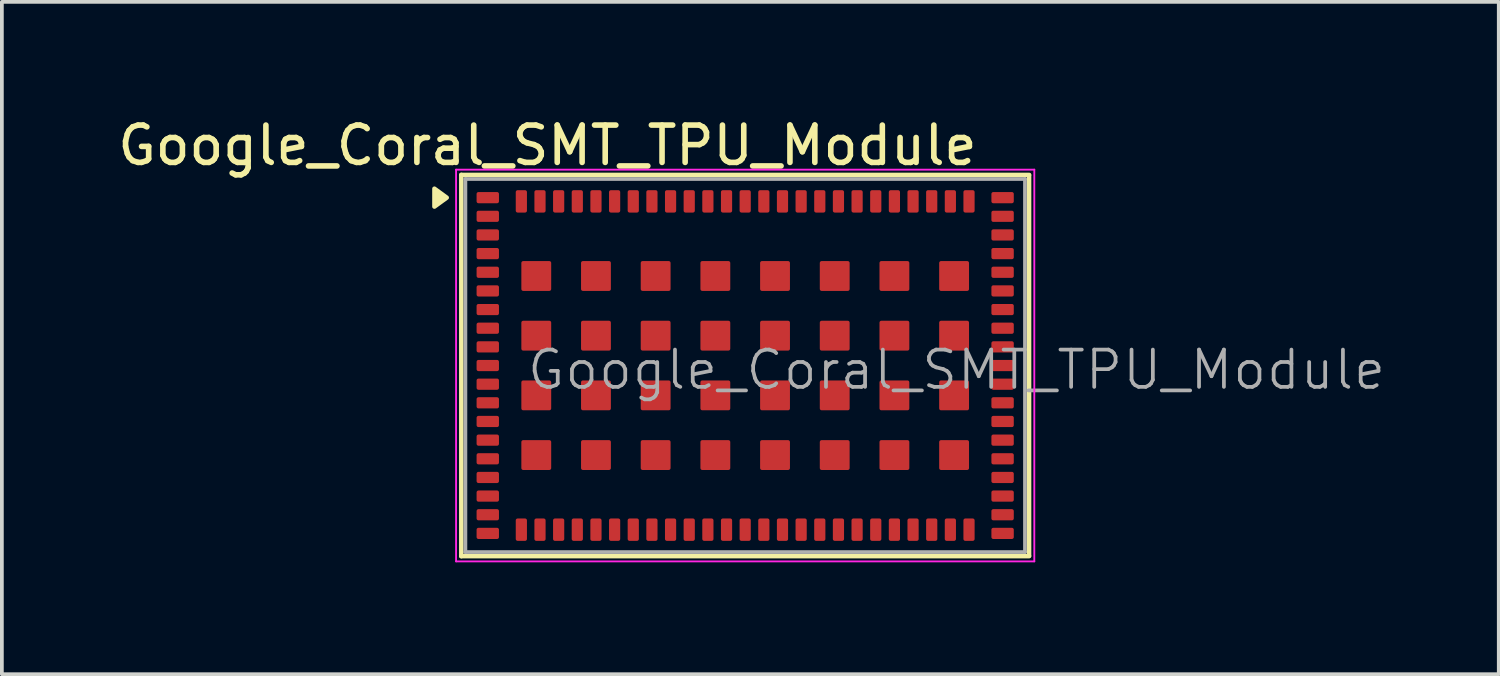
<source format=kicad_pcb>
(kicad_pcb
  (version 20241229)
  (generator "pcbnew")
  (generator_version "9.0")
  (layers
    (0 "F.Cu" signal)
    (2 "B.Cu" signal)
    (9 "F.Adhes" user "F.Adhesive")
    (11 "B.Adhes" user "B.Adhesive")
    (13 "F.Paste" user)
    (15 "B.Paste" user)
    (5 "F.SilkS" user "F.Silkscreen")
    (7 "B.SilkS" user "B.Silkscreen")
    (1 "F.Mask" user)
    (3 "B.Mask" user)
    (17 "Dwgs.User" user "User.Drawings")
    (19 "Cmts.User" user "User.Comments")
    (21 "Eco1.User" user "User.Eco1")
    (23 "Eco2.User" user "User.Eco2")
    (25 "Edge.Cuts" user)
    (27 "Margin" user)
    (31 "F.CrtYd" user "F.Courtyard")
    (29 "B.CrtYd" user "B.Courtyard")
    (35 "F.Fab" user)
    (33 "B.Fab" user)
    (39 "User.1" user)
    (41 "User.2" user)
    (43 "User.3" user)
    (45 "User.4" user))
  (footprint "Google_Coral_SMT_TPU_Module"
    (layer "F.Cu")
    (at 16.925 6.748)
    (property "Reference" "Google_Coral_SMT_TPU_Module" (at -5.3 -5.9 180) (layer "F.SilkS") (effects (font (size 1 1) (thickness 0.15))))
    (attr smd)
    (fp_line (start -7.61 -5.11) (end 7.61 -5.11) (stroke (width 0.12) (type solid)) (layer "F.SilkS"))
    (fp_line (start -7.61 5.11) (end -7.61 -5.11) (stroke (width 0.12) (type solid)) (layer "F.SilkS"))
    (fp_line (start 7.61 -5.1) (end 7.61 5.1) (stroke (width 0.12) (type solid)) (layer "F.SilkS"))
    (fp_line (start 7.61 5.11) (end -7.61 5.11) (stroke (width 0.12) (type solid)) (layer "F.SilkS"))
    (fp_poly (pts (xy -8 -4.5) (xy -8.33 -4.26) (xy -8.33 -4.74) (xy -8 -4.5)) (stroke (width 0.12) (type solid)) (fill yes) (layer "F.SilkS"))
    (fp_line (start -7.75 -5.25) (end 7.75 -5.25) (stroke (width 0.05) (type solid)) (layer "F.CrtYd"))
    (fp_line (start -7.75 5.25) (end -7.75 -5.25) (stroke (width 0.05) (type solid)) (layer "F.CrtYd"))
    (fp_line (start 7.75 -5.25) (end 7.75 5.25) (stroke (width 0.05) (type solid)) (layer "F.CrtYd"))
    (fp_line (start 7.75 5.25) (end -7.75 5.25) (stroke (width 0.05) (type solid)) (layer "F.CrtYd"))
    (fp_line (start -7.5 -5) (end 7.5 -5) (stroke (width 0.1) (type solid)) (layer "F.Fab"))
    (fp_line (start -7.5 5) (end -7.5 -5) (stroke (width 0.1) (type solid)) (layer "F.Fab"))
    (fp_line (start 7.5 -5) (end 7.5 5) (stroke (width 0.1) (type solid)) (layer "F.Fab"))
    (fp_line (start 7.5 5) (end -7.5 5) (stroke (width 0.1) (type solid)) (layer "F.Fab"))
    (fp_text user "${REFERENCE}" (at -5.9 0.7 0) (unlocked yes) (layer "F.Fab") (effects (font (size 1 1) (thickness 0.1)) (justify left bottom)))
    (pad "1" smd roundrect (at -6.9 -4.5 270) (size 0.3 0.6) (layers "F.Cu" "F.Mask" "F.Paste") (roundrect_rratio 0.167))
    (pad "2" smd roundrect (at -6.9 -4 270) (size 0.3 0.6) (layers "F.Cu" "F.Mask" "F.Paste") (roundrect_rratio 0.167))
    (pad "3" smd roundrect (at -6.9 -3.5 270) (size 0.3 0.6) (layers "F.Cu" "F.Mask" "F.Paste") (roundrect_rratio 0.167))
    (pad "4" smd roundrect (at -6.9 -3 270) (size 0.3 0.6) (layers "F.Cu" "F.Mask" "F.Paste") (roundrect_rratio 0.167))
    (pad "5" smd roundrect (at -6.9 -2.5 270) (size 0.3 0.6) (layers "F.Cu" "F.Mask" "F.Paste") (roundrect_rratio 0.167))
    (pad "6" smd roundrect (at -6.9 -2 270) (size 0.3 0.6) (layers "F.Cu" "F.Mask" "F.Paste") (roundrect_rratio 0.167))
    (pad "7" smd roundrect (at -6.9 -1.5 270) (size 0.3 0.6) (layers "F.Cu" "F.Mask" "F.Paste") (roundrect_rratio 0.167))
    (pad "8" smd roundrect (at -6.9 -1 270) (size 0.3 0.6) (layers "F.Cu" "F.Mask" "F.Paste") (roundrect_rratio 0.167))
    (pad "9" smd roundrect (at -6.9 -0.5 270) (size 0.3 0.6) (layers "F.Cu" "F.Mask" "F.Paste") (roundrect_rratio 0.167))
    (pad "10" smd roundrect (at -6.9 0 270) (size 0.3 0.6) (layers "F.Cu" "F.Mask" "F.Paste") (roundrect_rratio 0.167))
    (pad "11" smd roundrect (at -6.9 0.5 270) (size 0.3 0.6) (layers "F.Cu" "F.Mask" "F.Paste") (roundrect_rratio 0.167))
    (pad "12" smd roundrect (at -6.9 1 270) (size 0.3 0.6) (layers "F.Cu" "F.Mask" "F.Paste") (roundrect_rratio 0.167))
    (pad "13" smd roundrect (at -6.9 1.5 270) (size 0.3 0.6) (layers "F.Cu" "F.Mask" "F.Paste") (roundrect_rratio 0.167))
    (pad "14" smd roundrect (at -6.9 2 270) (size 0.3 0.6) (layers "F.Cu" "F.Mask" "F.Paste") (roundrect_rratio 0.167))
    (pad "15" smd roundrect (at -6.9 2.5 270) (size 0.3 0.6) (layers "F.Cu" "F.Mask" "F.Paste") (roundrect_rratio 0.167))
    (pad "16" smd roundrect (at -6.9 3 270) (size 0.3 0.6) (layers "F.Cu" "F.Mask" "F.Paste") (roundrect_rratio 0.167))
    (pad "17" smd roundrect (at -6.9 3.5 270) (size 0.3 0.6) (layers "F.Cu" "F.Mask" "F.Paste") (roundrect_rratio 0.167))
    (pad "18" smd roundrect (at -6.9 4 270) (size 0.3 0.6) (layers "F.Cu" "F.Mask" "F.Paste") (roundrect_rratio 0.167))
    (pad "19" smd roundrect (at -6.9 4.5 270) (size 0.3 0.6) (layers "F.Cu" "F.Mask" "F.Paste") (roundrect_rratio 0.167))
    (pad "20" smd roundrect (at -6 4.4 270) (size 0.6 0.3) (layers "F.Cu" "F.Mask" "F.Paste") (roundrect_rratio 0.167))
    (pad "21" smd roundrect (at -5.5 4.4 270) (size 0.6 0.3) (layers "F.Cu" "F.Mask" "F.Paste") (roundrect_rratio 0.167))
    (pad "22" smd roundrect (at -5 4.4 270) (size 0.6 0.3) (layers "F.Cu" "F.Mask" "F.Paste") (roundrect_rratio 0.167))
    (pad "23" smd roundrect (at -4.5 4.4 270) (size 0.6 0.3) (layers "F.Cu" "F.Mask" "F.Paste") (roundrect_rratio 0.167))
    (pad "24" smd roundrect (at -4 4.4 270) (size 0.6 0.3) (layers "F.Cu" "F.Mask" "F.Paste") (roundrect_rratio 0.167))
    (pad "25" smd roundrect (at -3.5 4.4 270) (size 0.6 0.3) (layers "F.Cu" "F.Mask" "F.Paste") (roundrect_rratio 0.167))
    (pad "26" smd roundrect (at -3 4.4 270) (size 0.6 0.3) (layers "F.Cu" "F.Mask" "F.Paste") (roundrect_rratio 0.167))
    (pad "27" smd roundrect (at -2.5 4.4 270) (size 0.6 0.3) (layers "F.Cu" "F.Mask" "F.Paste") (roundrect_rratio 0.167))
    (pad "28" smd roundrect (at -2 4.4 270) (size 0.6 0.3) (layers "F.Cu" "F.Mask" "F.Paste") (roundrect_rratio 0.167))
    (pad "29" smd roundrect (at -1.5 4.4 270) (size 0.6 0.3) (layers "F.Cu" "F.Mask" "F.Paste") (roundrect_rratio 0.167))
    (pad "30" smd roundrect (at -1 4.4 270) (size 0.6 0.3) (layers "F.Cu" "F.Mask" "F.Paste") (roundrect_rratio 0.167))
    (pad "31" smd roundrect (at -0.5 4.4 270) (size 0.6 0.3) (layers "F.Cu" "F.Mask" "F.Paste") (roundrect_rratio 0.167))
    (pad "32" smd roundrect (at 0 4.4 270) (size 0.6 0.3) (layers "F.Cu" "F.Mask" "F.Paste") (roundrect_rratio 0.167))
    (pad "33" smd roundrect (at 0.5 4.4 270) (size 0.6 0.3) (layers "F.Cu" "F.Mask" "F.Paste") (roundrect_rratio 0.167))
    (pad "34" smd roundrect (at 1 4.4 270) (size 0.6 0.3) (layers "F.Cu" "F.Mask" "F.Paste") (roundrect_rratio 0.167))
    (pad "35" smd roundrect (at 1.5 4.4 270) (size 0.6 0.3) (layers "F.Cu" "F.Mask" "F.Paste") (roundrect_rratio 0.167))
    (pad "36" smd roundrect (at 2 4.4 270) (size 0.6 0.3) (layers "F.Cu" "F.Mask" "F.Paste") (roundrect_rratio 0.167))
    (pad "37" smd roundrect (at 2.5 4.4 270) (size 0.6 0.3) (layers "F.Cu" "F.Mask" "F.Paste") (roundrect_rratio 0.167))
    (pad "38" smd roundrect (at 3 4.4 270) (size 0.6 0.3) (layers "F.Cu" "F.Mask" "F.Paste") (roundrect_rratio 0.167))
    (pad "39" smd roundrect (at 3.5 4.4 270) (size 0.6 0.3) (layers "F.Cu" "F.Mask" "F.Paste") (roundrect_rratio 0.167))
    (pad "40" smd roundrect (at 4 4.4 270) (size 0.6 0.3) (layers "F.Cu" "F.Mask" "F.Paste") (roundrect_rratio 0.167))
    (pad "41" smd roundrect (at 4.5 4.4 270) (size 0.6 0.3) (layers "F.Cu" "F.Mask" "F.Paste") (roundrect_rratio 0.167))
    (pad "42" smd roundrect (at 5 4.4 270) (size 0.6 0.3) (layers "F.Cu" "F.Mask" "F.Paste") (roundrect_rratio 0.167))
    (pad "43" smd roundrect (at 5.5 4.4 270) (size 0.6 0.3) (layers "F.Cu" "F.Mask" "F.Paste") (roundrect_rratio 0.167))
    (pad "44" smd roundrect (at 6 4.4 270) (size 0.6 0.3) (layers "F.Cu" "F.Mask" "F.Paste") (roundrect_rratio 0.167))
    (pad "45" smd roundrect (at 6.9 4.5 270) (size 0.3 0.6) (layers "F.Cu" "F.Mask" "F.Paste") (roundrect_rratio 0.167))
    (pad "46" smd roundrect (at 6.9 4 270) (size 0.3 0.6) (layers "F.Cu" "F.Mask" "F.Paste") (roundrect_rratio 0.167))
    (pad "47" smd roundrect (at 6.9 3.5 270) (size 0.3 0.6) (layers "F.Cu" "F.Mask" "F.Paste") (roundrect_rratio 0.167))
    (pad "48" smd roundrect (at 6.9 3 270) (size 0.3 0.6) (layers "F.Cu" "F.Mask" "F.Paste") (roundrect_rratio 0.167))
    (pad "49" smd roundrect (at 6.9 2.5 270) (size 0.3 0.6) (layers "F.Cu" "F.Mask" "F.Paste") (roundrect_rratio 0.167))
    (pad "50" smd roundrect (at 6.9 2 270) (size 0.3 0.6) (layers "F.Cu" "F.Mask" "F.Paste") (roundrect_rratio 0.167))
    (pad "51" smd roundrect (at 6.9 1.5 270) (size 0.3 0.6) (layers "F.Cu" "F.Mask" "F.Paste") (roundrect_rratio 0.167))
    (pad "52" smd roundrect (at 6.9 1 270) (size 0.3 0.6) (layers "F.Cu" "F.Mask" "F.Paste") (roundrect_rratio 0.167))
    (pad "53" smd roundrect (at 6.9 0.5 270) (size 0.3 0.6) (layers "F.Cu" "F.Mask" "F.Paste") (roundrect_rratio 0.167))
    (pad "54" smd roundrect (at 6.9 0 270) (size 0.3 0.6) (layers "F.Cu" "F.Mask" "F.Paste") (roundrect_rratio 0.167))
    (pad "55" smd roundrect (at 6.9 -0.5 270) (size 0.3 0.6) (layers "F.Cu" "F.Mask" "F.Paste") (roundrect_rratio 0.167))
    (pad "56" smd roundrect (at 6.9 -1 270) (size 0.3 0.6) (layers "F.Cu" "F.Mask" "F.Paste") (roundrect_rratio 0.167))
    (pad "57" smd roundrect (at 6.9 -1.5 270) (size 0.3 0.6) (layers "F.Cu" "F.Mask" "F.Paste") (roundrect_rratio 0.167))
    (pad "58" smd roundrect (at 6.9 -2 270) (size 0.3 0.6) (layers "F.Cu" "F.Mask" "F.Paste") (roundrect_rratio 0.167))
    (pad "59" smd roundrect (at 6.9 -2.5 270) (size 0.3 0.6) (layers "F.Cu" "F.Mask" "F.Paste") (roundrect_rratio 0.167))
    (pad "60" smd roundrect (at 6.9 -3 270) (size 0.3 0.6) (layers "F.Cu" "F.Mask" "F.Paste") (roundrect_rratio 0.167))
    (pad "61" smd roundrect (at 6.9 -3.5 270) (size 0.3 0.6) (layers "F.Cu" "F.Mask" "F.Paste") (roundrect_rratio 0.167))
    (pad "62" smd roundrect (at 6.9 -4 270) (size 0.3 0.6) (layers "F.Cu" "F.Mask" "F.Paste") (roundrect_rratio 0.167))
    (pad "63" smd roundrect (at 6.9 -4.5 270) (size 0.3 0.6) (layers "F.Cu" "F.Mask" "F.Paste") (roundrect_rratio 0.167))
    (pad "64" smd roundrect (at 6 -4.4 270) (size 0.6 0.3) (layers "F.Cu" "F.Mask" "F.Paste") (roundrect_rratio 0.167))
    (pad "65" smd roundrect (at 5.5 -4.4 270) (size 0.6 0.3) (layers "F.Cu" "F.Mask" "F.Paste") (roundrect_rratio 0.167))
    (pad "66" smd roundrect (at 5 -4.4 270) (size 0.6 0.3) (layers "F.Cu" "F.Mask" "F.Paste") (roundrect_rratio 0.167))
    (pad "67" smd roundrect (at 4.5 -4.4 270) (size 0.6 0.3) (layers "F.Cu" "F.Mask" "F.Paste") (roundrect_rratio 0.167))
    (pad "68" smd roundrect (at 4 -4.4 270) (size 0.6 0.3) (layers "F.Cu" "F.Mask" "F.Paste") (roundrect_rratio 0.167))
    (pad "69" smd roundrect (at 3.5 -4.4 270) (size 0.6 0.3) (layers "F.Cu" "F.Mask" "F.Paste") (roundrect_rratio 0.167))
    (pad "70" smd roundrect (at 3 -4.4 270) (size 0.6 0.3) (layers "F.Cu" "F.Mask" "F.Paste") (roundrect_rratio 0.167))
    (pad "71" smd roundrect (at 2.5 -4.4 270) (size 0.6 0.3) (layers "F.Cu" "F.Mask" "F.Paste") (roundrect_rratio 0.167))
    (pad "72" smd roundrect (at 2 -4.4 270) (size 0.6 0.3) (layers "F.Cu" "F.Mask" "F.Paste") (roundrect_rratio 0.167))
    (pad "73" smd roundrect (at 1.5 -4.4 270) (size 0.6 0.3) (layers "F.Cu" "F.Mask" "F.Paste") (roundrect_rratio 0.167))
    (pad "74" smd roundrect (at 1 -4.4 270) (size 0.6 0.3) (layers "F.Cu" "F.Mask" "F.Paste") (roundrect_rratio 0.167))
    (pad "75" smd roundrect (at 0.5 -4.4 270) (size 0.6 0.3) (layers "F.Cu" "F.Mask" "F.Paste") (roundrect_rratio 0.167))
    (pad "76" smd roundrect (at 0 -4.4 270) (size 0.6 0.3) (layers "F.Cu" "F.Mask" "F.Paste") (roundrect_rratio 0.167))
    (pad "77" smd roundrect (at -0.5 -4.4 270) (size 0.6 0.3) (layers "F.Cu" "F.Mask" "F.Paste") (roundrect_rratio 0.167))
    (pad "78" smd roundrect (at -1 -4.4 270) (size 0.6 0.3) (layers "F.Cu" "F.Mask" "F.Paste") (roundrect_rratio 0.167))
    (pad "79" smd roundrect (at -1.5 -4.4 270) (size 0.6 0.3) (layers "F.Cu" "F.Mask" "F.Paste") (roundrect_rratio 0.167))
    (pad "80" smd roundrect (at -2 -4.4 270) (size 0.6 0.3) (layers "F.Cu" "F.Mask" "F.Paste") (roundrect_rratio 0.167))
    (pad "81" smd roundrect (at -2.5 -4.4 270) (size 0.6 0.3) (layers "F.Cu" "F.Mask" "F.Paste") (roundrect_rratio 0.167))
    (pad "82" smd roundrect (at -3 -4.4 270) (size 0.6 0.3) (layers "F.Cu" "F.Mask" "F.Paste") (roundrect_rratio 0.167))
    (pad "83" smd roundrect (at -3.5 -4.4 270) (size 0.6 0.3) (layers "F.Cu" "F.Mask" "F.Paste") (roundrect_rratio 0.167))
    (pad "84" smd roundrect (at -4 -4.4 270) (size 0.6 0.3) (layers "F.Cu" "F.Mask" "F.Paste") (roundrect_rratio 0.167))
    (pad "85" smd roundrect (at -4.5 -4.4 270) (size 0.6 0.3) (layers "F.Cu" "F.Mask" "F.Paste") (roundrect_rratio 0.167))
    (pad "86" smd roundrect (at -5 -4.4 270) (size 0.6 0.3) (layers "F.Cu" "F.Mask" "F.Paste") (roundrect_rratio 0.167))
    (pad "87" smd roundrect (at -5.5 -4.4 270) (size 0.6 0.3) (layers "F.Cu" "F.Mask" "F.Paste") (roundrect_rratio 0.167))
    (pad "88" smd roundrect (at -6 -4.4 270) (size 0.6 0.3) (layers "F.Cu" "F.Mask" "F.Paste") (roundrect_rratio 0.167))
    (pad "89" smd roundrect (at 5.6 -2.4 270) (size 0.8 0.8) (layers "F.Cu" "F.Mask" "F.Paste") (roundrect_rratio 0.062))
    (pad "90" smd roundrect (at 4 -2.4 270) (size 0.8 0.8) (layers "F.Cu" "F.Mask" "F.Paste") (roundrect_rratio 0.062))
    (pad "91" smd roundrect (at 2.4 -2.4 270) (size 0.8 0.8) (layers "F.Cu" "F.Mask" "F.Paste") (roundrect_rratio 0.062))
    (pad "92" smd roundrect (at 0.8 -2.4 270) (size 0.8 0.8) (layers "F.Cu" "F.Mask" "F.Paste") (roundrect_rratio 0.062))
    (pad "93" smd roundrect (at -0.8 -2.4 270) (size 0.8 0.8) (layers "F.Cu" "F.Mask" "F.Paste") (roundrect_rratio 0.062))
    (pad "94" smd roundrect (at -2.4 -2.4 270) (size 0.8 0.8) (layers "F.Cu" "F.Mask" "F.Paste") (roundrect_rratio 0.062))
    (pad "95" smd roundrect (at -4 -2.4 270) (size 0.8 0.8) (layers "F.Cu" "F.Mask" "F.Paste") (roundrect_rratio 0.062))
    (pad "96" smd roundrect (at -5.6 -2.4 270) (size 0.8 0.8) (layers "F.Cu" "F.Mask" "F.Paste") (roundrect_rratio 0.062))
    (pad "97" smd roundrect (at 5.6 -0.8 270) (size 0.8 0.8) (layers "F.Cu" "F.Mask" "F.Paste") (roundrect_rratio 0.062))
    (pad "98" smd roundrect (at 4 -0.8 270) (size 0.8 0.8) (layers "F.Cu" "F.Mask" "F.Paste") (roundrect_rratio 0.062))
    (pad "99" smd roundrect (at 2.4 -0.8 270) (size 0.8 0.8) (layers "F.Cu" "F.Mask" "F.Paste") (roundrect_rratio 0.062))
    (pad "100" smd roundrect (at 0.8 -0.8 270) (size 0.8 0.8) (layers "F.Cu" "F.Mask" "F.Paste") (roundrect_rratio 0.062))
    (pad "101" smd roundrect (at -0.8 -0.8 270) (size 0.8 0.8) (layers "F.Cu" "F.Mask" "F.Paste") (roundrect_rratio 0.062))
    (pad "102" smd roundrect (at -2.4 -0.8 270) (size 0.8 0.8) (layers "F.Cu" "F.Mask" "F.Paste") (roundrect_rratio 0.062))
    (pad "103" smd roundrect (at -4 -0.8 270) (size 0.8 0.8) (layers "F.Cu" "F.Mask" "F.Paste") (roundrect_rratio 0.062))
    (pad "104" smd roundrect (at -5.6 -0.8 270) (size 0.8 0.8) (layers "F.Cu" "F.Mask" "F.Paste") (roundrect_rratio 0.062))
    (pad "105" smd roundrect (at 5.6 0.8 270) (size 0.8 0.8) (layers "F.Cu" "F.Mask" "F.Paste") (roundrect_rratio 0.062))
    (pad "106" smd roundrect (at 4 0.8 270) (size 0.8 0.8) (layers "F.Cu" "F.Mask" "F.Paste") (roundrect_rratio 0.062))
    (pad "107" smd roundrect (at 2.4 0.8 270) (size 0.8 0.8) (layers "F.Cu" "F.Mask" "F.Paste") (roundrect_rratio 0.062))
    (pad "108" smd roundrect (at 0.8 0.8 270) (size 0.8 0.8) (layers "F.Cu" "F.Mask" "F.Paste") (roundrect_rratio 0.062))
    (pad "109" smd roundrect (at -0.8 0.8 270) (size 0.8 0.8) (layers "F.Cu" "F.Mask" "F.Paste") (roundrect_rratio 0.062))
    (pad "110" smd roundrect (at -2.4 0.8 270) (size 0.8 0.8) (layers "F.Cu" "F.Mask" "F.Paste") (roundrect_rratio 0.062))
    (pad "111" smd roundrect (at -4 0.8 270) (size 0.8 0.8) (layers "F.Cu" "F.Mask" "F.Paste") (roundrect_rratio 0.062))
    (pad "112" smd roundrect (at -5.6 0.8 270) (size 0.8 0.8) (layers "F.Cu" "F.Mask" "F.Paste") (roundrect_rratio 0.062))
    (pad "113" smd roundrect (at 5.6 2.4 270) (size 0.8 0.8) (layers "F.Cu" "F.Mask" "F.Paste") (roundrect_rratio 0.062))
    (pad "114" smd roundrect (at 4 2.4 270) (size 0.8 0.8) (layers "F.Cu" "F.Mask" "F.Paste") (roundrect_rratio 0.062))
    (pad "115" smd roundrect (at 2.4 2.4 270) (size 0.8 0.8) (layers "F.Cu" "F.Mask" "F.Paste") (roundrect_rratio 0.062))
    (pad "116" smd roundrect (at 0.8 2.4 270) (size 0.8 0.8) (layers "F.Cu" "F.Mask" "F.Paste") (roundrect_rratio 0.062))
    (pad "117" smd roundrect (at -0.8 2.4 270) (size 0.8 0.8) (layers "F.Cu" "F.Mask" "F.Paste") (roundrect_rratio 0.062))
    (pad "118" smd roundrect (at -2.4 2.4 270) (size 0.8 0.8) (layers "F.Cu" "F.Mask" "F.Paste") (roundrect_rratio 0.062))
    (pad "119" smd roundrect (at -4 2.4 270) (size 0.8 0.8) (layers "F.Cu" "F.Mask" "F.Paste") (roundrect_rratio 0.062))
    (pad "120" smd roundrect (at -5.6 2.4 270) (size 0.8 0.8) (layers "F.Cu" "F.Mask" "F.Paste") (roundrect_rratio 0.062)))
  (gr_rect
    (start -3 -3)
    (end 37.125 15.023)
    (stroke (width 0.1) (type default))
    (fill no)
    (layer "Edge.Cuts")))
</source>
